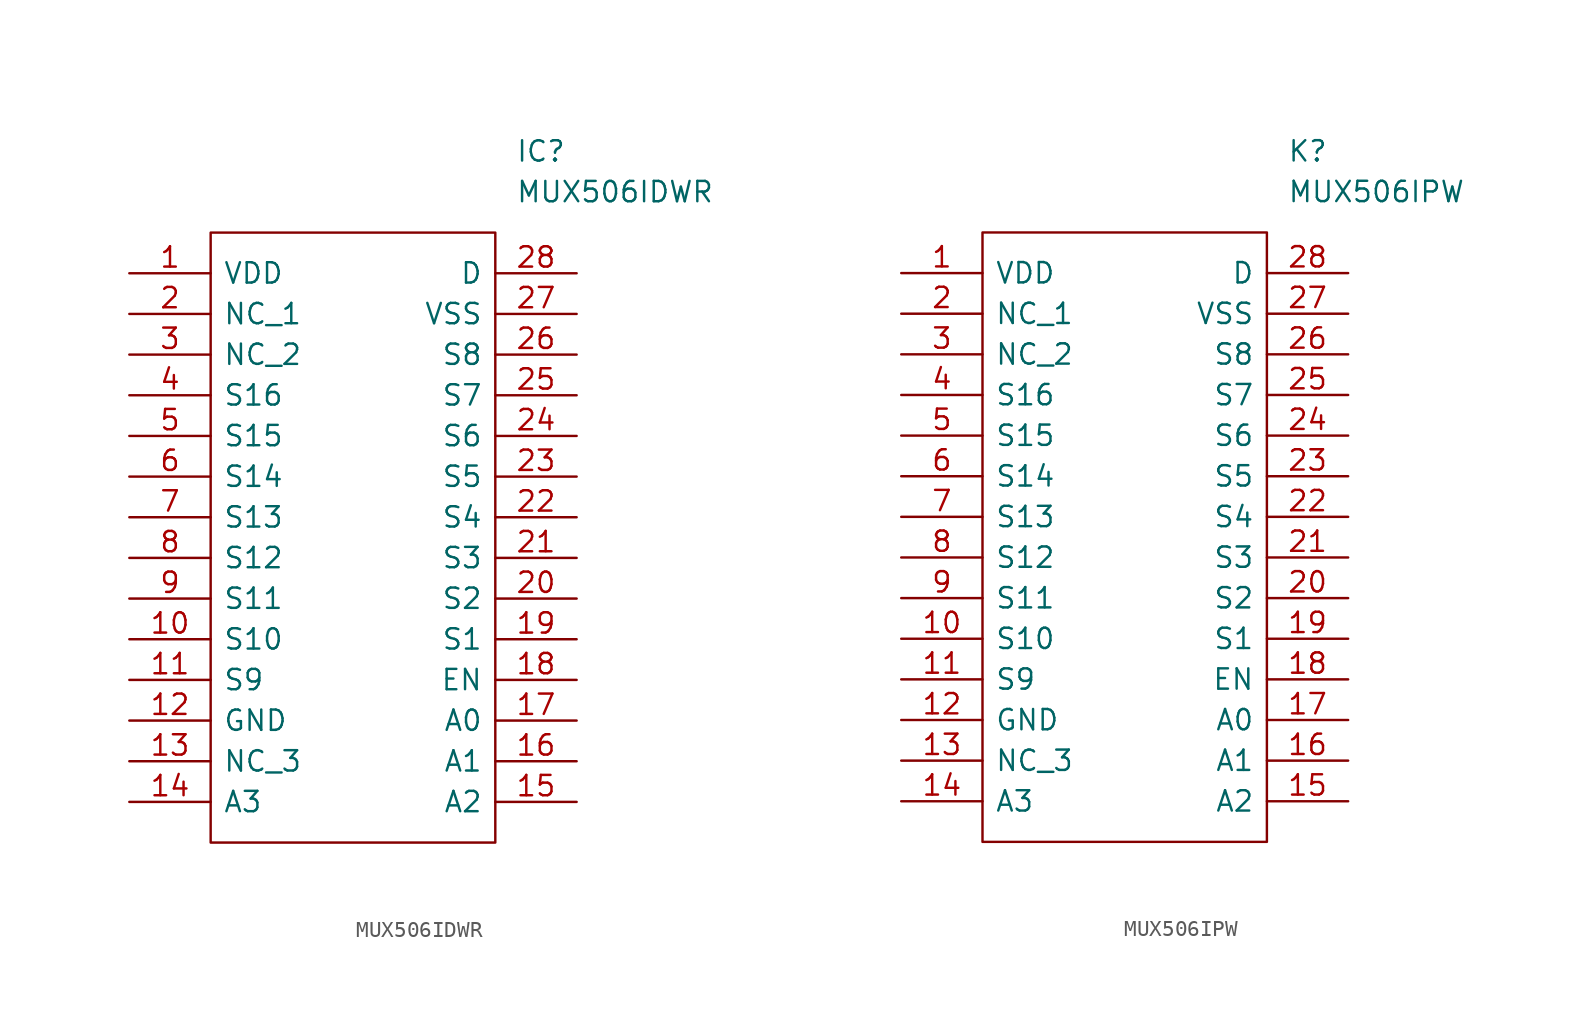
<source format=kicad_sym>
(kicad_symbol_lib
  (version 20211014)
  (generator kicad_symbol_editor)
  (symbol "MUX506IDWR"
    (pin_names
      (offset 0.762))
    (property "Reference" "IC"
      (at 24.13 7.62 0)
      (effects (font (size 1.27 1.27)) (justify left)))
    (property "Value" "MUX506IDWR"
      (at 24.13 5.08 0)
      (effects (font (size 1.27 1.27)) (justify left)))
    (symbol "MUX506IDWR_0_0"
      (pin passive line (at 0 0 0) (length 5.08) (name "VDD" (effects (font (size 1.27 1.27)))) (number "1" (effects (font (size 1.27 1.27)))))
      (pin passive line (at 0 -22.86 0) (length 5.08) (name "S10" (effects (font (size 1.27 1.27)))) (number "10" (effects (font (size 1.27 1.27)))))
      (pin passive line (at 0 -25.4 0) (length 5.08) (name "S9" (effects (font (size 1.27 1.27)))) (number "11" (effects (font (size 1.27 1.27)))))
      (pin passive line (at 0 -27.94 0) (length 5.08) (name "GND" (effects (font (size 1.27 1.27)))) (number "12" (effects (font (size 1.27 1.27)))))
      (pin passive line (at 0 -30.48 0) (length 5.08) (name "NC_3" (effects (font (size 1.27 1.27)))) (number "13" (effects (font (size 1.27 1.27)))))
      (pin passive line (at 0 -33.02 0) (length 5.08) (name "A3" (effects (font (size 1.27 1.27)))) (number "14" (effects (font (size 1.27 1.27)))))
      (pin passive line (at 27.94 -33.02 180) (length 5.08) (name "A2" (effects (font (size 1.27 1.27)))) (number "15" (effects (font (size 1.27 1.27)))))
      (pin passive line (at 27.94 -30.48 180) (length 5.08) (name "A1" (effects (font (size 1.27 1.27)))) (number "16" (effects (font (size 1.27 1.27)))))
      (pin passive line (at 27.94 -27.94 180) (length 5.08) (name "A0" (effects (font (size 1.27 1.27)))) (number "17" (effects (font (size 1.27 1.27)))))
      (pin passive line (at 27.94 -25.4 180) (length 5.08) (name "EN" (effects (font (size 1.27 1.27)))) (number "18" (effects (font (size 1.27 1.27)))))
      (pin passive line (at 27.94 -22.86 180) (length 5.08) (name "S1" (effects (font (size 1.27 1.27)))) (number "19" (effects (font (size 1.27 1.27)))))
      (pin passive line (at 0 -2.54 0) (length 5.08) (name "NC_1" (effects (font (size 1.27 1.27)))) (number "2" (effects (font (size 1.27 1.27)))))
      (pin passive line (at 27.94 -20.32 180) (length 5.08) (name "S2" (effects (font (size 1.27 1.27)))) (number "20" (effects (font (size 1.27 1.27)))))
      (pin passive line (at 27.94 -17.78 180) (length 5.08) (name "S3" (effects (font (size 1.27 1.27)))) (number "21" (effects (font (size 1.27 1.27)))))
      (pin passive line (at 27.94 -15.24 180) (length 5.08) (name "S4" (effects (font (size 1.27 1.27)))) (number "22" (effects (font (size 1.27 1.27)))))
      (pin passive line (at 27.94 -12.7 180) (length 5.08) (name "S5" (effects (font (size 1.27 1.27)))) (number "23" (effects (font (size 1.27 1.27)))))
      (pin passive line (at 27.94 -10.16 180) (length 5.08) (name "S6" (effects (font (size 1.27 1.27)))) (number "24" (effects (font (size 1.27 1.27)))))
      (pin passive line (at 27.94 -7.62 180) (length 5.08) (name "S7" (effects (font (size 1.27 1.27)))) (number "25" (effects (font (size 1.27 1.27)))))
      (pin passive line (at 27.94 -5.08 180) (length 5.08) (name "S8" (effects (font (size 1.27 1.27)))) (number "26" (effects (font (size 1.27 1.27)))))
      (pin passive line (at 27.94 -2.54 180) (length 5.08) (name "VSS" (effects (font (size 1.27 1.27)))) (number "27" (effects (font (size 1.27 1.27)))))
      (pin passive line (at 27.94 0 180) (length 5.08) (name "D" (effects (font (size 1.27 1.27)))) (number "28" (effects (font (size 1.27 1.27)))))
      (pin passive line (at 0 -5.08 0) (length 5.08) (name "NC_2" (effects (font (size 1.27 1.27)))) (number "3" (effects (font (size 1.27 1.27)))))
      (pin passive line (at 0 -7.62 0) (length 5.08) (name "S16" (effects (font (size 1.27 1.27)))) (number "4" (effects (font (size 1.27 1.27)))))
      (pin passive line (at 0 -10.16 0) (length 5.08) (name "S15" (effects (font (size 1.27 1.27)))) (number "5" (effects (font (size 1.27 1.27)))))
      (pin passive line (at 0 -12.7 0) (length 5.08) (name "S14" (effects (font (size 1.27 1.27)))) (number "6" (effects (font (size 1.27 1.27)))))
      (pin passive line (at 0 -15.24 0) (length 5.08) (name "S13" (effects (font (size 1.27 1.27)))) (number "7" (effects (font (size 1.27 1.27)))))
      (pin passive line (at 0 -17.78 0) (length 5.08) (name "S12" (effects (font (size 1.27 1.27)))) (number "8" (effects (font (size 1.27 1.27)))))
      (pin passive line (at 0 -20.32 0) (length 5.08) (name "S11" (effects (font (size 1.27 1.27)))) (number "9" (effects (font (size 1.27 1.27))))))
    (symbol "MUX506IDWR_0_1"
      (polyline (pts (xy 5.08 2.54) (xy 22.86 2.54) (xy 22.86 -35.56) (xy 5.08 -35.56) (xy 5.08 2.54)) (stroke (width 0.152) (type default) (color 0 0 0 0)) (fill (type none)))))
  (symbol "MUX506IPW"
    (pin_names
      (offset 0.762))
    (property "Reference" "K"
      (at 24.13 7.62 0)
      (effects (font (size 1.27 1.27)) (justify left)))
    (property "Value" "MUX506IPW"
      (at 24.13 5.08 0)
      (effects (font (size 1.27 1.27)) (justify left)))
    (symbol "MUX506IPW_0_0"
      (pin passive line (at 0 0 0) (length 5.08) (name "VDD" (effects (font (size 1.27 1.27)))) (number "1" (effects (font (size 1.27 1.27)))))
      (pin passive line (at 0 -22.86 0) (length 5.08) (name "S10" (effects (font (size 1.27 1.27)))) (number "10" (effects (font (size 1.27 1.27)))))
      (pin passive line (at 0 -25.4 0) (length 5.08) (name "S9" (effects (font (size 1.27 1.27)))) (number "11" (effects (font (size 1.27 1.27)))))
      (pin passive line (at 0 -27.94 0) (length 5.08) (name "GND" (effects (font (size 1.27 1.27)))) (number "12" (effects (font (size 1.27 1.27)))))
      (pin passive line (at 0 -30.48 0) (length 5.08) (name "NC_3" (effects (font (size 1.27 1.27)))) (number "13" (effects (font (size 1.27 1.27)))))
      (pin passive line (at 0 -33.02 0) (length 5.08) (name "A3" (effects (font (size 1.27 1.27)))) (number "14" (effects (font (size 1.27 1.27)))))
      (pin passive line (at 27.94 -33.02 180) (length 5.08) (name "A2" (effects (font (size 1.27 1.27)))) (number "15" (effects (font (size 1.27 1.27)))))
      (pin passive line (at 27.94 -30.48 180) (length 5.08) (name "A1" (effects (font (size 1.27 1.27)))) (number "16" (effects (font (size 1.27 1.27)))))
      (pin passive line (at 27.94 -27.94 180) (length 5.08) (name "A0" (effects (font (size 1.27 1.27)))) (number "17" (effects (font (size 1.27 1.27)))))
      (pin passive line (at 27.94 -25.4 180) (length 5.08) (name "EN" (effects (font (size 1.27 1.27)))) (number "18" (effects (font (size 1.27 1.27)))))
      (pin passive line (at 27.94 -22.86 180) (length 5.08) (name "S1" (effects (font (size 1.27 1.27)))) (number "19" (effects (font (size 1.27 1.27)))))
      (pin passive line (at 0 -2.54 0) (length 5.08) (name "NC_1" (effects (font (size 1.27 1.27)))) (number "2" (effects (font (size 1.27 1.27)))))
      (pin passive line (at 27.94 -20.32 180) (length 5.08) (name "S2" (effects (font (size 1.27 1.27)))) (number "20" (effects (font (size 1.27 1.27)))))
      (pin passive line (at 27.94 -17.78 180) (length 5.08) (name "S3" (effects (font (size 1.27 1.27)))) (number "21" (effects (font (size 1.27 1.27)))))
      (pin passive line (at 27.94 -15.24 180) (length 5.08) (name "S4" (effects (font (size 1.27 1.27)))) (number "22" (effects (font (size 1.27 1.27)))))
      (pin passive line (at 27.94 -12.7 180) (length 5.08) (name "S5" (effects (font (size 1.27 1.27)))) (number "23" (effects (font (size 1.27 1.27)))))
      (pin passive line (at 27.94 -10.16 180) (length 5.08) (name "S6" (effects (font (size 1.27 1.27)))) (number "24" (effects (font (size 1.27 1.27)))))
      (pin passive line (at 27.94 -7.62 180) (length 5.08) (name "S7" (effects (font (size 1.27 1.27)))) (number "25" (effects (font (size 1.27 1.27)))))
      (pin passive line (at 27.94 -5.08 180) (length 5.08) (name "S8" (effects (font (size 1.27 1.27)))) (number "26" (effects (font (size 1.27 1.27)))))
      (pin passive line (at 27.94 -2.54 180) (length 5.08) (name "VSS" (effects (font (size 1.27 1.27)))) (number "27" (effects (font (size 1.27 1.27)))))
      (pin passive line (at 27.94 0 180) (length 5.08) (name "D" (effects (font (size 1.27 1.27)))) (number "28" (effects (font (size 1.27 1.27)))))
      (pin passive line (at 0 -5.08 0) (length 5.08) (name "NC_2" (effects (font (size 1.27 1.27)))) (number "3" (effects (font (size 1.27 1.27)))))
      (pin passive line (at 0 -7.62 0) (length 5.08) (name "S16" (effects (font (size 1.27 1.27)))) (number "4" (effects (font (size 1.27 1.27)))))
      (pin passive line (at 0 -10.16 0) (length 5.08) (name "S15" (effects (font (size 1.27 1.27)))) (number "5" (effects (font (size 1.27 1.27)))))
      (pin passive line (at 0 -12.7 0) (length 5.08) (name "S14" (effects (font (size 1.27 1.27)))) (number "6" (effects (font (size 1.27 1.27)))))
      (pin passive line (at 0 -15.24 0) (length 5.08) (name "S13" (effects (font (size 1.27 1.27)))) (number "7" (effects (font (size 1.27 1.27)))))
      (pin passive line (at 0 -17.78 0) (length 5.08) (name "S12" (effects (font (size 1.27 1.27)))) (number "8" (effects (font (size 1.27 1.27)))))
      (pin passive line (at 0 -20.32 0) (length 5.08) (name "S11" (effects (font (size 1.27 1.27)))) (number "9" (effects (font (size 1.27 1.27))))))
    (symbol "MUX506IPW_0_1"
      (polyline (pts (xy 5.08 2.54) (xy 22.86 2.54) (xy 22.86 -35.56) (xy 5.08 -35.56) (xy 5.08 2.54)) (stroke (width 0.152) (type default) (color 0 0 0 0)) (fill (type none))))))
</source>
